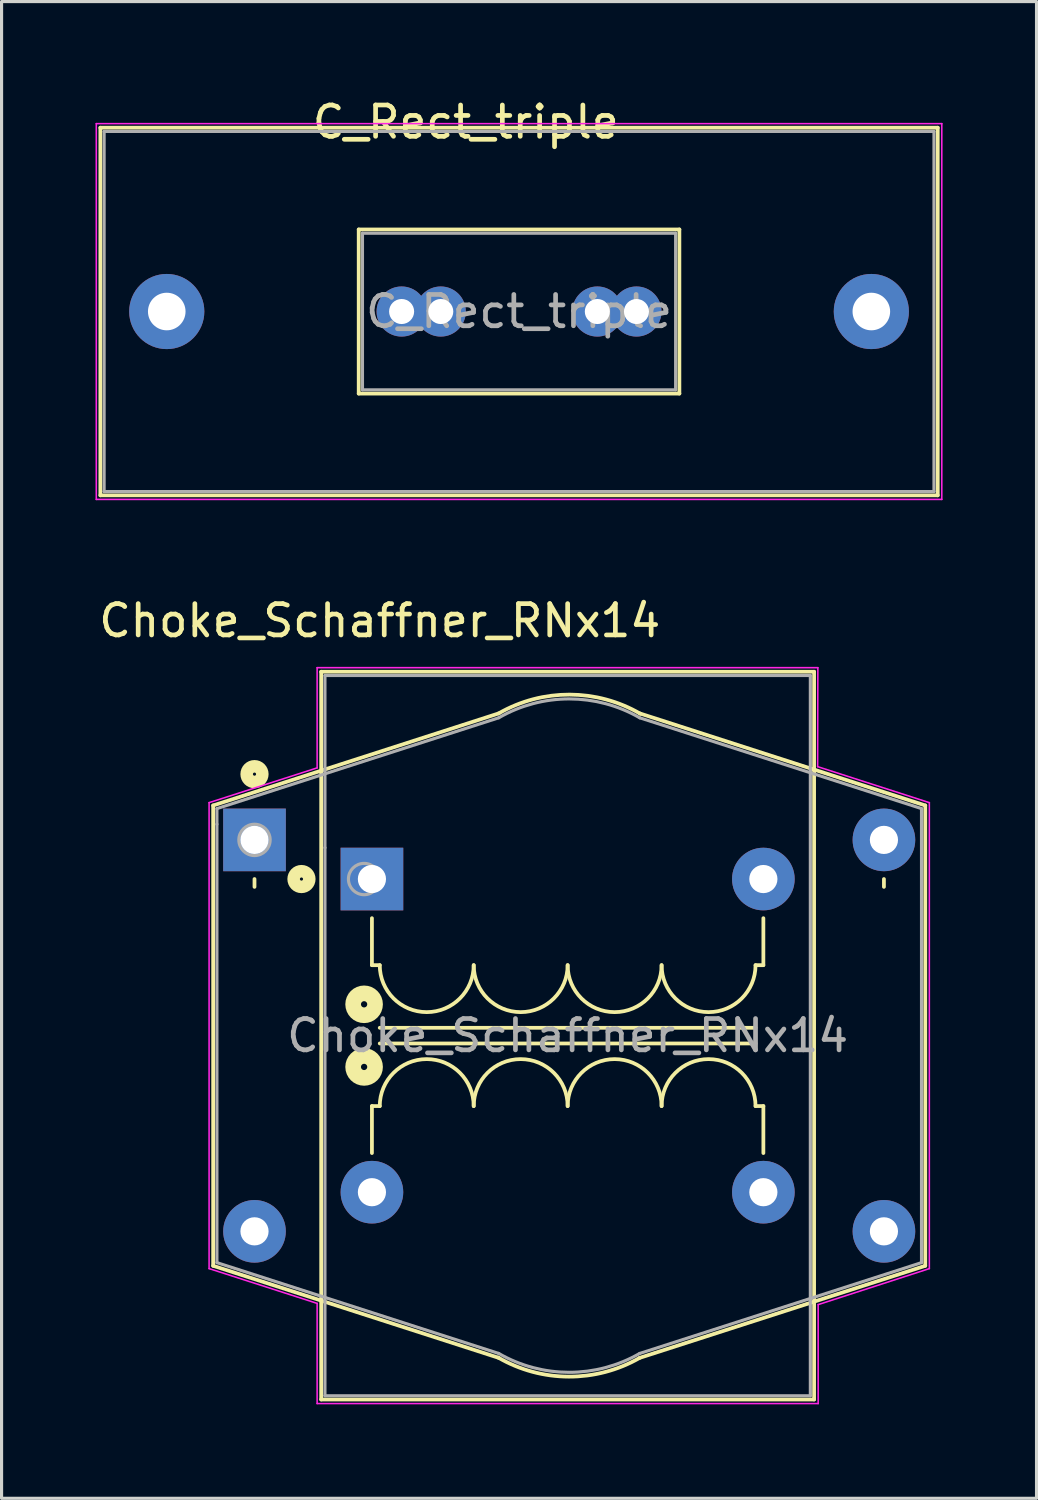
<source format=kicad_pcb>
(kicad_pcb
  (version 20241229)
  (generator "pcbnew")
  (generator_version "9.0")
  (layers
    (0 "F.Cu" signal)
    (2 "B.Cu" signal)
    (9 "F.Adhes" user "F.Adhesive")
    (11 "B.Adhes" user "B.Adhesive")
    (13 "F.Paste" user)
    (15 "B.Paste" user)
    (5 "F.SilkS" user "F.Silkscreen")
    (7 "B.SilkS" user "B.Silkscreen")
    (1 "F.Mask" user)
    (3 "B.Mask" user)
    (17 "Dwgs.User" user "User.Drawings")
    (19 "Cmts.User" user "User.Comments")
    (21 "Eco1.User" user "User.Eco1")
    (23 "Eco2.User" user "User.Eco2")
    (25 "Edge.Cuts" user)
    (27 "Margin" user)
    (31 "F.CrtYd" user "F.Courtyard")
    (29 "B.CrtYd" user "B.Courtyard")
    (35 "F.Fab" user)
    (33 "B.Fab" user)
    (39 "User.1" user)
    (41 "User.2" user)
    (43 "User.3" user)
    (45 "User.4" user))
  (footprint "C_Rect_triple"
    (layer "F.Cu")
    (at 2.175 6.848)
    (property "Reference" "C_Rect_triple" (at 9.65 -6 0) (layer "F.SilkS") (effects (font (size 1 1) (thickness 0.15))))
    (attr through_hole)
    (fp_line (start -2.02 -5.82) (end -2.02 5.92) (stroke (width 0.12) (type solid)) (layer "F.SilkS"))
    (fp_line (start -2.02 -5.82) (end 24.72 -5.82) (stroke (width 0.12) (type solid)) (layer "F.SilkS"))
    (fp_line (start -2.02 5.92) (end 24.72 5.92) (stroke (width 0.12) (type solid)) (layer "F.SilkS"))
    (fp_line (start 6.23 -2.57) (end 6.23 2.67) (stroke (width 0.12) (type solid)) (layer "F.SilkS"))
    (fp_line (start 6.23 -2.57) (end 16.47 -2.57) (stroke (width 0.12) (type solid)) (layer "F.SilkS"))
    (fp_line (start 6.23 2.67) (end 16.47 2.67) (stroke (width 0.12) (type solid)) (layer "F.SilkS"))
    (fp_line (start 16.47 -2.57) (end 16.47 2.67) (stroke (width 0.12) (type solid)) (layer "F.SilkS"))
    (fp_line (start 24.72 -5.82) (end 24.72 5.92) (stroke (width 0.12) (type solid)) (layer "F.SilkS"))
    (fp_line (start -2.15 -5.95) (end -2.15 6.05) (stroke (width 0.05) (type solid)) (layer "F.CrtYd"))
    (fp_line (start -2.15 6.05) (end 24.85 6.05) (stroke (width 0.05) (type solid)) (layer "F.CrtYd"))
    (fp_line (start 24.85 -5.95) (end -2.15 -5.95) (stroke (width 0.05) (type solid)) (layer "F.CrtYd"))
    (fp_line (start 24.85 6.05) (end 24.85 -5.95) (stroke (width 0.05) (type solid)) (layer "F.CrtYd"))
    (fp_line (start -1.9 -5.7) (end -1.9 5.8) (stroke (width 0.1) (type solid)) (layer "F.Fab"))
    (fp_line (start -1.9 5.8) (end 24.6 5.8) (stroke (width 0.1) (type solid)) (layer "F.Fab"))
    (fp_line (start 6.35 -2.45) (end 6.35 2.55) (stroke (width 0.1) (type solid)) (layer "F.Fab"))
    (fp_line (start 6.35 2.55) (end 16.35 2.55) (stroke (width 0.1) (type solid)) (layer "F.Fab"))
    (fp_line (start 16.35 -2.45) (end 6.35 -2.45) (stroke (width 0.1) (type solid)) (layer "F.Fab"))
    (fp_line (start 16.35 2.55) (end 16.35 -2.45) (stroke (width 0.1) (type solid)) (layer "F.Fab"))
    (fp_line (start 24.6 -5.7) (end -1.9 -5.7) (stroke (width 0.1) (type solid)) (layer "F.Fab"))
    (fp_line (start 24.6 5.8) (end 24.6 -5.7) (stroke (width 0.1) (type solid)) (layer "F.Fab"))
    (fp_text user "${REFERENCE}" (at 11.35 0.05 0) (layer "F.Fab") (effects (font (size 1 1) (thickness 0.15))))
    (pad "1" thru_hole circle (at 0.1 0.05) (size 2.4 2.4) (drill 1.2) (layers "*.Cu" "*.Mask"))
    (pad "1" thru_hole circle (at 7.6 0.05) (size 1.6 1.6) (drill 0.8) (layers "*.Cu" "*.Mask"))
    (pad "1" thru_hole circle (at 8.85 0.05) (size 1.6 1.6) (drill 0.8) (layers "*.Cu" "*.Mask"))
    (pad "2" thru_hole circle (at 13.85 0.05) (size 1.6 1.6) (drill 0.8) (layers "*.Cu" "*.Mask"))
    (pad "2" thru_hole circle (at 15.1 0.05) (size 1.6 1.6) (drill 0.8) (layers "*.Cu" "*.Mask"))
    (pad "2" thru_hole circle (at 22.6 0.05) (size 2.4 2.4) (drill 1.2) (layers "*.Cu" "*.Mask")))
  (footprint "Choke_Schaffner_RNx14"
    (layer "F.Cu")
    (at 9.077 25.271)
    (property "Reference" "Choke_Schaffner_RNx14" (at 0 -8.5 0) (layer "F.SilkS") (effects (font (size 1 1) (thickness 0.15))))
    (attr through_hole)
    (fp_line (start -5.32 -2.6) (end 3.8 -5.54) (stroke (width 0.12) (type solid)) (layer "F.SilkS"))
    (fp_line (start -5.32 12.1) (end -5.32 -2.6) (stroke (width 0.12) (type solid)) (layer "F.SilkS"))
    (fp_line (start -4 0) (end -4 -0.25) (stroke (width 0.12) (type solid)) (layer "F.SilkS"))
    (fp_line (start -1.87 -6.87) (end 13.87 -6.87) (stroke (width 0.12) (type solid)) (layer "F.SilkS"))
    (fp_line (start -1.87 16.37) (end -1.87 -6.87) (stroke (width 0.12) (type solid)) (layer "F.SilkS"))
    (fp_line (start -0.25 2.5) (end -0.25 1) (stroke (width 0.12) (type solid)) (layer "F.SilkS"))
    (fp_line (start -0.25 7) (end -0.25 8.5) (stroke (width 0.12) (type solid)) (layer "F.SilkS"))
    (fp_line (start 0 2.5) (end -0.25 2.5) (stroke (width 0.12) (type solid)) (layer "F.SilkS"))
    (fp_line (start 0 5) (end 12 5) (stroke (width 0.12) (type solid)) (layer "F.SilkS"))
    (fp_line (start 0 7) (end -0.25 7) (stroke (width 0.12) (type solid)) (layer "F.SilkS"))
    (fp_line (start 3.8 15.04) (end -5.32 12.1) (stroke (width 0.12) (type solid)) (layer "F.SilkS"))
    (fp_line (start 8.3 -5.54) (end 17.42 -2.6) (stroke (width 0.12) (type solid)) (layer "F.SilkS"))
    (fp_line (start 12 2.5) (end 12.25 2.5) (stroke (width 0.12) (type solid)) (layer "F.SilkS"))
    (fp_line (start 12 4.5) (end 0 4.5) (stroke (width 0.12) (type solid)) (layer "F.SilkS"))
    (fp_line (start 12 7) (end 12.25 7) (stroke (width 0.12) (type solid)) (layer "F.SilkS"))
    (fp_line (start 12.25 2.5) (end 12.25 1) (stroke (width 0.12) (type solid)) (layer "F.SilkS"))
    (fp_line (start 12.25 7) (end 12.25 8.5) (stroke (width 0.12) (type solid)) (layer "F.SilkS"))
    (fp_line (start 13.87 -6.87) (end 13.87 16.37) (stroke (width 0.12) (type solid)) (layer "F.SilkS"))
    (fp_line (start 13.87 16.37) (end -1.87 16.37) (stroke (width 0.12) (type solid)) (layer "F.SilkS"))
    (fp_line (start 16.1 0) (end 16.1 -0.25) (stroke (width 0.12) (type solid)) (layer "F.SilkS"))
    (fp_line (start 17.42 -2.6) (end 17.42 12.1) (stroke (width 0.12) (type solid)) (layer "F.SilkS"))
    (fp_line (start 17.42 12.1) (end 8.3 15.04) (stroke (width 0.12) (type solid)) (layer "F.SilkS"))
    (fp_arc (start 0 7) (mid 1.5 5.5) (end 3 7) (stroke (width 0.12) (type solid)) (layer "F.SilkS"))
    (fp_arc (start 3 2.5) (mid 1.5 4) (end 0 2.5) (stroke (width 0.12) (type solid)) (layer "F.SilkS"))
    (fp_arc (start 3 7) (mid 4.5 5.5) (end 6 7) (stroke (width 0.12) (type solid)) (layer "F.SilkS"))
    (fp_arc (start 3.8 -5.54) (mid 6.061443 -6.13982) (end 8.31982 -5.528557) (stroke (width 0.12) (type solid)) (layer "F.SilkS"))
    (fp_arc (start 6 2.5) (mid 4.5 4) (end 3 2.5) (stroke (width 0.12) (type solid)) (layer "F.SilkS"))
    (fp_arc (start 6 7) (mid 7.5 5.5) (end 9 7) (stroke (width 0.12) (type solid)) (layer "F.SilkS"))
    (fp_arc (start 8.3 15.04) (mid 6.038557 15.63982) (end 3.78018 15.028557) (stroke (width 0.12) (type solid)) (layer "F.SilkS"))
    (fp_arc (start 9 2.5) (mid 7.5 4) (end 6 2.5) (stroke (width 0.12) (type solid)) (layer "F.SilkS"))
    (fp_arc (start 9 7) (mid 10.5 5.5) (end 12 7) (stroke (width 0.12) (type solid)) (layer "F.SilkS"))
    (fp_arc (start 12 2.5) (mid 10.5 4) (end 9 2.5) (stroke (width 0.12) (type solid)) (layer "F.SilkS"))
    (fp_circle (center -4 -3.6) (end -3.95 -3.6) (stroke (width 0.4) (type solid)) (fill no) (layer "F.SilkS"))
    (fp_circle (center -2.5 -0.25) (end -2.45 -0.25) (stroke (width 0.4) (type solid)) (fill no) (layer "F.SilkS"))
    (fp_circle (center -0.5 3.75) (end -0.4 3.75) (stroke (width 0.5) (type solid)) (fill no) (layer "F.SilkS"))
    (fp_circle (center -0.5 5.75) (end -0.4 5.75) (stroke (width 0.5) (type solid)) (fill no) (layer "F.SilkS"))
    (fp_line (start -5.45 -2.69) (end -2 -3.8) (stroke (width 0.05) (type solid)) (layer "F.CrtYd"))
    (fp_line (start -5.45 12.19) (end -5.45 -2.69) (stroke (width 0.05) (type solid)) (layer "F.CrtYd"))
    (fp_line (start -2 13.301) (end -5.45 12.19) (stroke (width 0.05) (type solid)) (layer "F.CrtYd"))
    (fp_line (start -2 13.301) (end -2 16.5) (stroke (width 0.05) (type solid)) (layer "F.CrtYd"))
    (fp_line (start -2 -7) (end -2 -3.8) (stroke (width 0.05) (type solid)) (layer "F.CrtYd"))
    (fp_line (start -2 16.5) (end 14 16.5) (stroke (width 0.05) (type solid)) (layer "F.CrtYd"))
    (fp_line (start 13.983 -3.839) (end 17.55 -2.69) (stroke (width 0.05) (type solid)) (layer "F.CrtYd"))
    (fp_line (start 13.99 -7) (end -2 -7) (stroke (width 0.05) (type solid)) (layer "F.CrtYd"))
    (fp_line (start 13.99 -7) (end 13.983 -3.839) (stroke (width 0.05) (type default)) (layer "F.CrtYd"))
    (fp_line (start 14 16.5) (end 14 13.34) (stroke (width 0.05) (type solid)) (layer "F.CrtYd"))
    (fp_line (start 17.55 -2.69) (end 17.55 12.19) (stroke (width 0.05) (type solid)) (layer "F.CrtYd"))
    (fp_line (start 17.55 12.19) (end 14 13.34) (stroke (width 0.05) (type solid)) (layer "F.CrtYd"))
    (fp_line (start -5.2 -2.5) (end 3.8 -5.4) (stroke (width 0.1) (type solid)) (layer "F.Fab"))
    (fp_line (start -5.2 -2) (end -5.2 -2.5) (stroke (width 0.1) (type solid)) (layer "F.Fab"))
    (fp_line (start -5.2 12) (end -5.2 -2) (stroke (width 0.1) (type solid)) (layer "F.Fab"))
    (fp_line (start -1.75 -6.75) (end 13.75 -6.75) (stroke (width 0.1) (type solid)) (layer "F.Fab"))
    (fp_line (start -1.75 -1.25) (end -1.75 -6.75) (stroke (width 0.1) (type solid)) (layer "F.Fab"))
    (fp_line (start -1.75 16.25) (end -1.75 -1.25) (stroke (width 0.1) (type solid)) (layer "F.Fab"))
    (fp_line (start 3.8 14.9) (end -5.2 12) (stroke (width 0.1) (type solid)) (layer "F.Fab"))
    (fp_line (start 8.3 -5.4) (end 17.3 -2.5) (stroke (width 0.1) (type solid)) (layer "F.Fab"))
    (fp_line (start 13.75 -6.75) (end 13.75 16.25) (stroke (width 0.1) (type solid)) (layer "F.Fab"))
    (fp_line (start 13.75 16.25) (end -1.75 16.25) (stroke (width 0.1) (type solid)) (layer "F.Fab"))
    (fp_line (start 17.3 -2.5) (end 17.3 12) (stroke (width 0.1) (type solid)) (layer "F.Fab"))
    (fp_line (start 17.3 12) (end 8.3 14.9) (stroke (width 0.1) (type solid)) (layer "F.Fab"))
    (fp_arc (start 3.8 -5.4) (mid 6.051443 -6.002499) (end 8.302499 -5.398557) (stroke (width 0.1) (type solid)) (layer "F.Fab"))
    (fp_arc (start 8.3 14.9) (mid 6.048557 15.502499) (end 3.797501 14.898557) (stroke (width 0.1) (type solid)) (layer "F.Fab"))
    (fp_circle (center -4 -1.5) (end -3.5 -1.5) (stroke (width 0.1) (type solid)) (fill no) (layer "F.Fab"))
    (fp_circle (center -0.5 -0.25) (end 0.000001 -0.25) (stroke (width 0.1) (type solid)) (fill no) (layer "F.Fab"))
    (fp_text user "${REFERENCE}" (at 6 4.75 0) (layer "F.Fab") (effects (font (size 1 1) (thickness 0.15))))
    (pad "1" thru_hole rect (at -4 -1.5) (size 2 2) (drill 0.9) (layers "*.Cu" "*.Mask"))
    (pad "1" thru_hole rect (at -0.25 -0.25) (size 2 2) (drill 0.9) (layers "*.Cu" "*.Mask"))
    (pad "2" thru_hole circle (at 12.25 -0.25) (size 2 2) (drill 0.9) (layers "*.Cu" "*.Mask"))
    (pad "2" thru_hole circle (at 16.1 -1.5) (size 2 2) (drill 0.9) (layers "*.Cu" "*.Mask"))
    (pad "3" thru_hole circle (at -4 11) (size 2 2) (drill 0.9) (layers "*.Cu" "*.Mask"))
    (pad "3" thru_hole circle (at -0.25 9.75) (size 2 2) (drill 0.9) (layers "*.Cu" "*.Mask"))
    (pad "4" thru_hole circle (at 12.25 9.75) (size 2 2) (drill 0.9) (layers "*.Cu" "*.Mask"))
    (pad "4" thru_hole circle (at 16.1 11) (size 2 2) (drill 0.9) (layers "*.Cu" "*.Mask")))
  (gr_rect
    (start -3 -3)
    (end 30.05 44.797)
    (stroke (width 0.1) (type default))
    (fill no)
    (layer "Edge.Cuts")))
</source>
